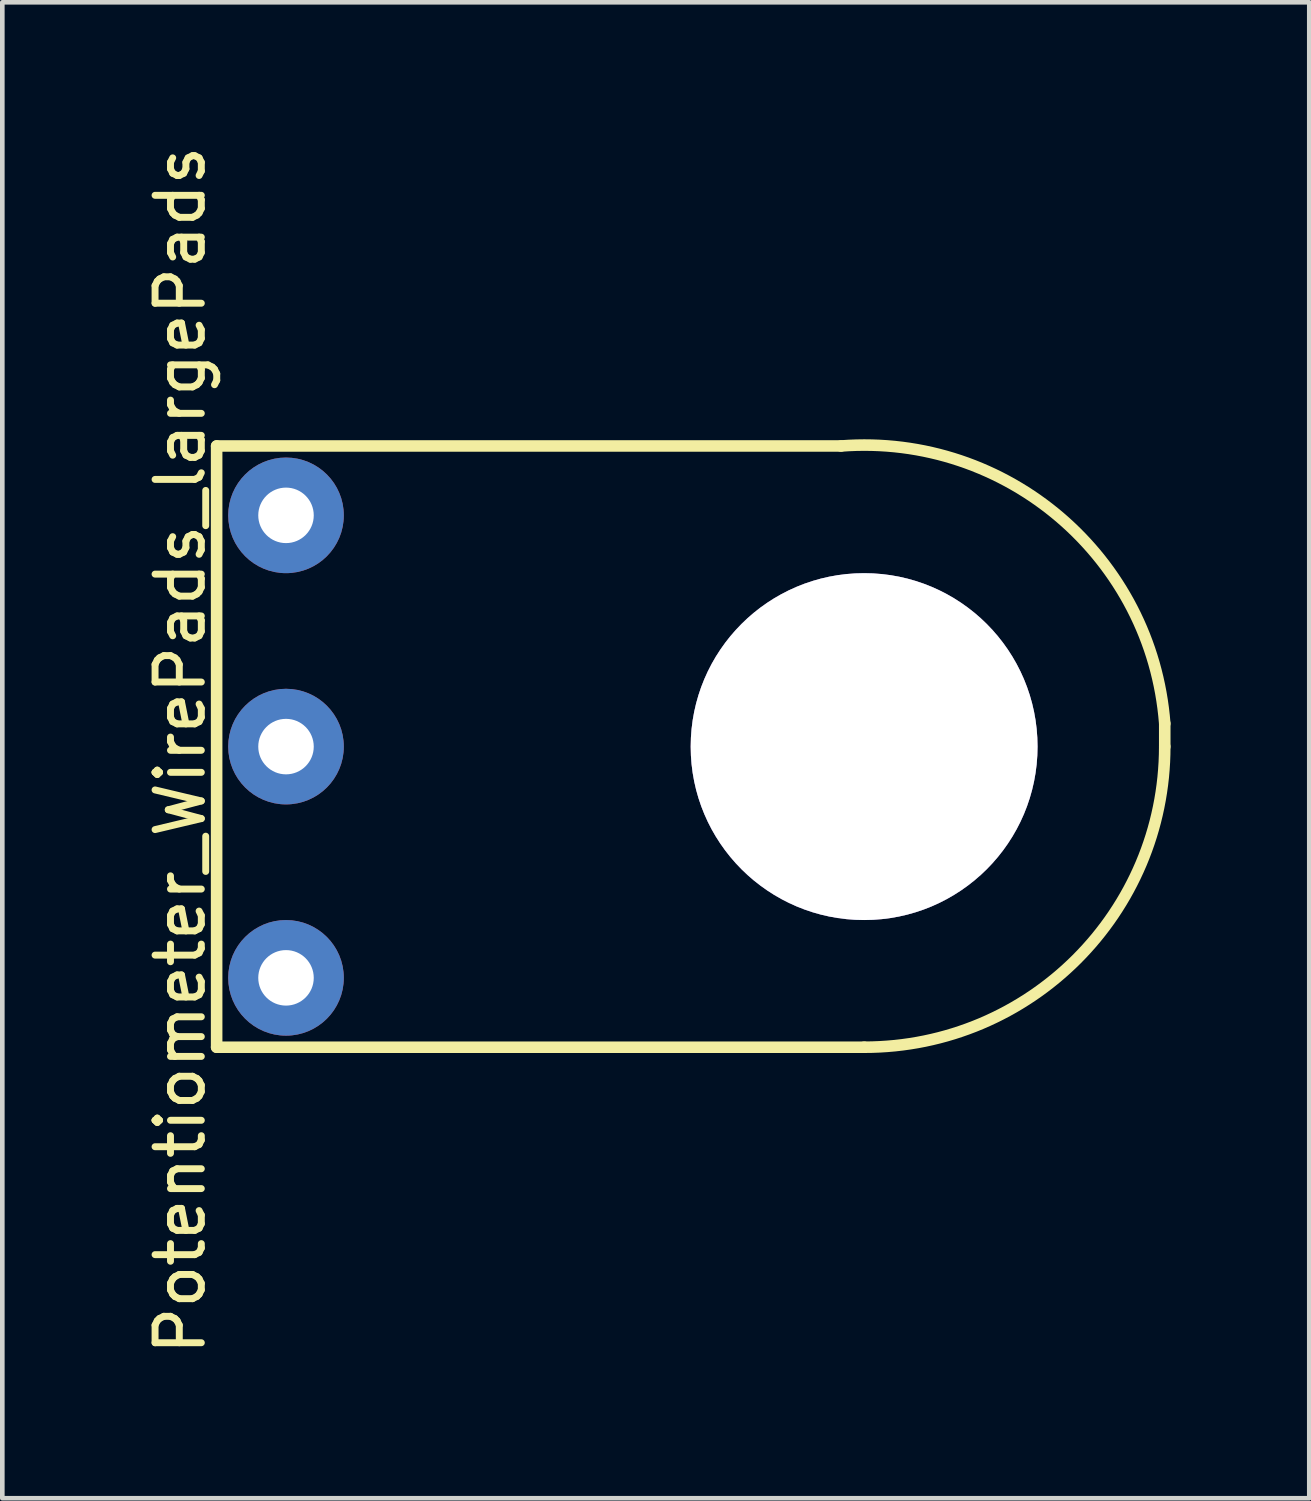
<source format=kicad_pcb>
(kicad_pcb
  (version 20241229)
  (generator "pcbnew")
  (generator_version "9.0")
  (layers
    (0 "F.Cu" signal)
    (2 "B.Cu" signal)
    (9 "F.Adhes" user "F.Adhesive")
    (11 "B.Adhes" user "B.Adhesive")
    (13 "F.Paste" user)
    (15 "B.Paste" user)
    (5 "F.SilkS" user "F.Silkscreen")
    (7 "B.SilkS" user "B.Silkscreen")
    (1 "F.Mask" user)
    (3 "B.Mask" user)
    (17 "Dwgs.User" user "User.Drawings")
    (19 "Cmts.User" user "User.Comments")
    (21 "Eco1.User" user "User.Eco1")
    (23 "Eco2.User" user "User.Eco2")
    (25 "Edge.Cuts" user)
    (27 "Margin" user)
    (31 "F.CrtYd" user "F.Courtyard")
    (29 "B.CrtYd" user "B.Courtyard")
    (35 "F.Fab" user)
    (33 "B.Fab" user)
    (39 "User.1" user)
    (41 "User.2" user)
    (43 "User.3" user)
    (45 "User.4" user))
  (footprint "Potentiometer_WirePads_largePads"
    (layer "F.Cu")
    (at 3.134 8.093)
    (property "Reference" "Potentiometer_WirePads_largePads" (at -2.286 5.08 90) (layer "F.SilkS") (effects (font (size 1 1) (thickness 0.15))))
    (attr through_hole)
    (fp_line (start -1.5 -1.5) (end -1.5 11.5) (stroke (width 0.25) (type solid)) (layer "F.SilkS"))
    (fp_line (start -1.5 -1.5) (end 12 -1.5) (stroke (width 0.25) (type solid)) (layer "F.SilkS"))
    (fp_line (start -1.5 11.5) (end 12.5 11.5) (stroke (width 0.25) (type solid)) (layer "F.SilkS"))
    (fp_line (start 19 4.5) (end 19 5) (stroke (width 0.25) (type solid)) (layer "F.SilkS"))
    (fp_arc (start 12 -1.5) (mid 16.742641 0.050253) (end 19 4.5) (stroke (width 0.25) (type solid)) (layer "F.SilkS"))
    (fp_arc (start 19 5) (mid 17.096194 9.596194) (end 12.5 11.5) (stroke (width 0.25) (type solid)) (layer "F.SilkS"))
    (pad "1" thru_hole circle (at 0 0) (size 2.5 2.5) (drill 1.2) (layers "*.Cu" "*.Mask"))
    (pad "1" thru_hole circle (at 12.5 5) (size 7.5 7.5) (drill 7.5) (layers "*.Cu" "*.Mask"))
    (pad "2" thru_hole circle (at 0 5) (size 2.5 2.5) (drill 1.2) (layers "*.Cu" "*.Mask"))
    (pad "3" thru_hole circle (at 0 10) (size 2.5 2.5) (drill 1.2) (layers "*.Cu" "*.Mask")))
  (gr_rect
    (start -3 -3)
    (end 25.259 29.345)
    (stroke (width 0.1) (type default))
    (fill no)
    (layer "Edge.Cuts")))
</source>
